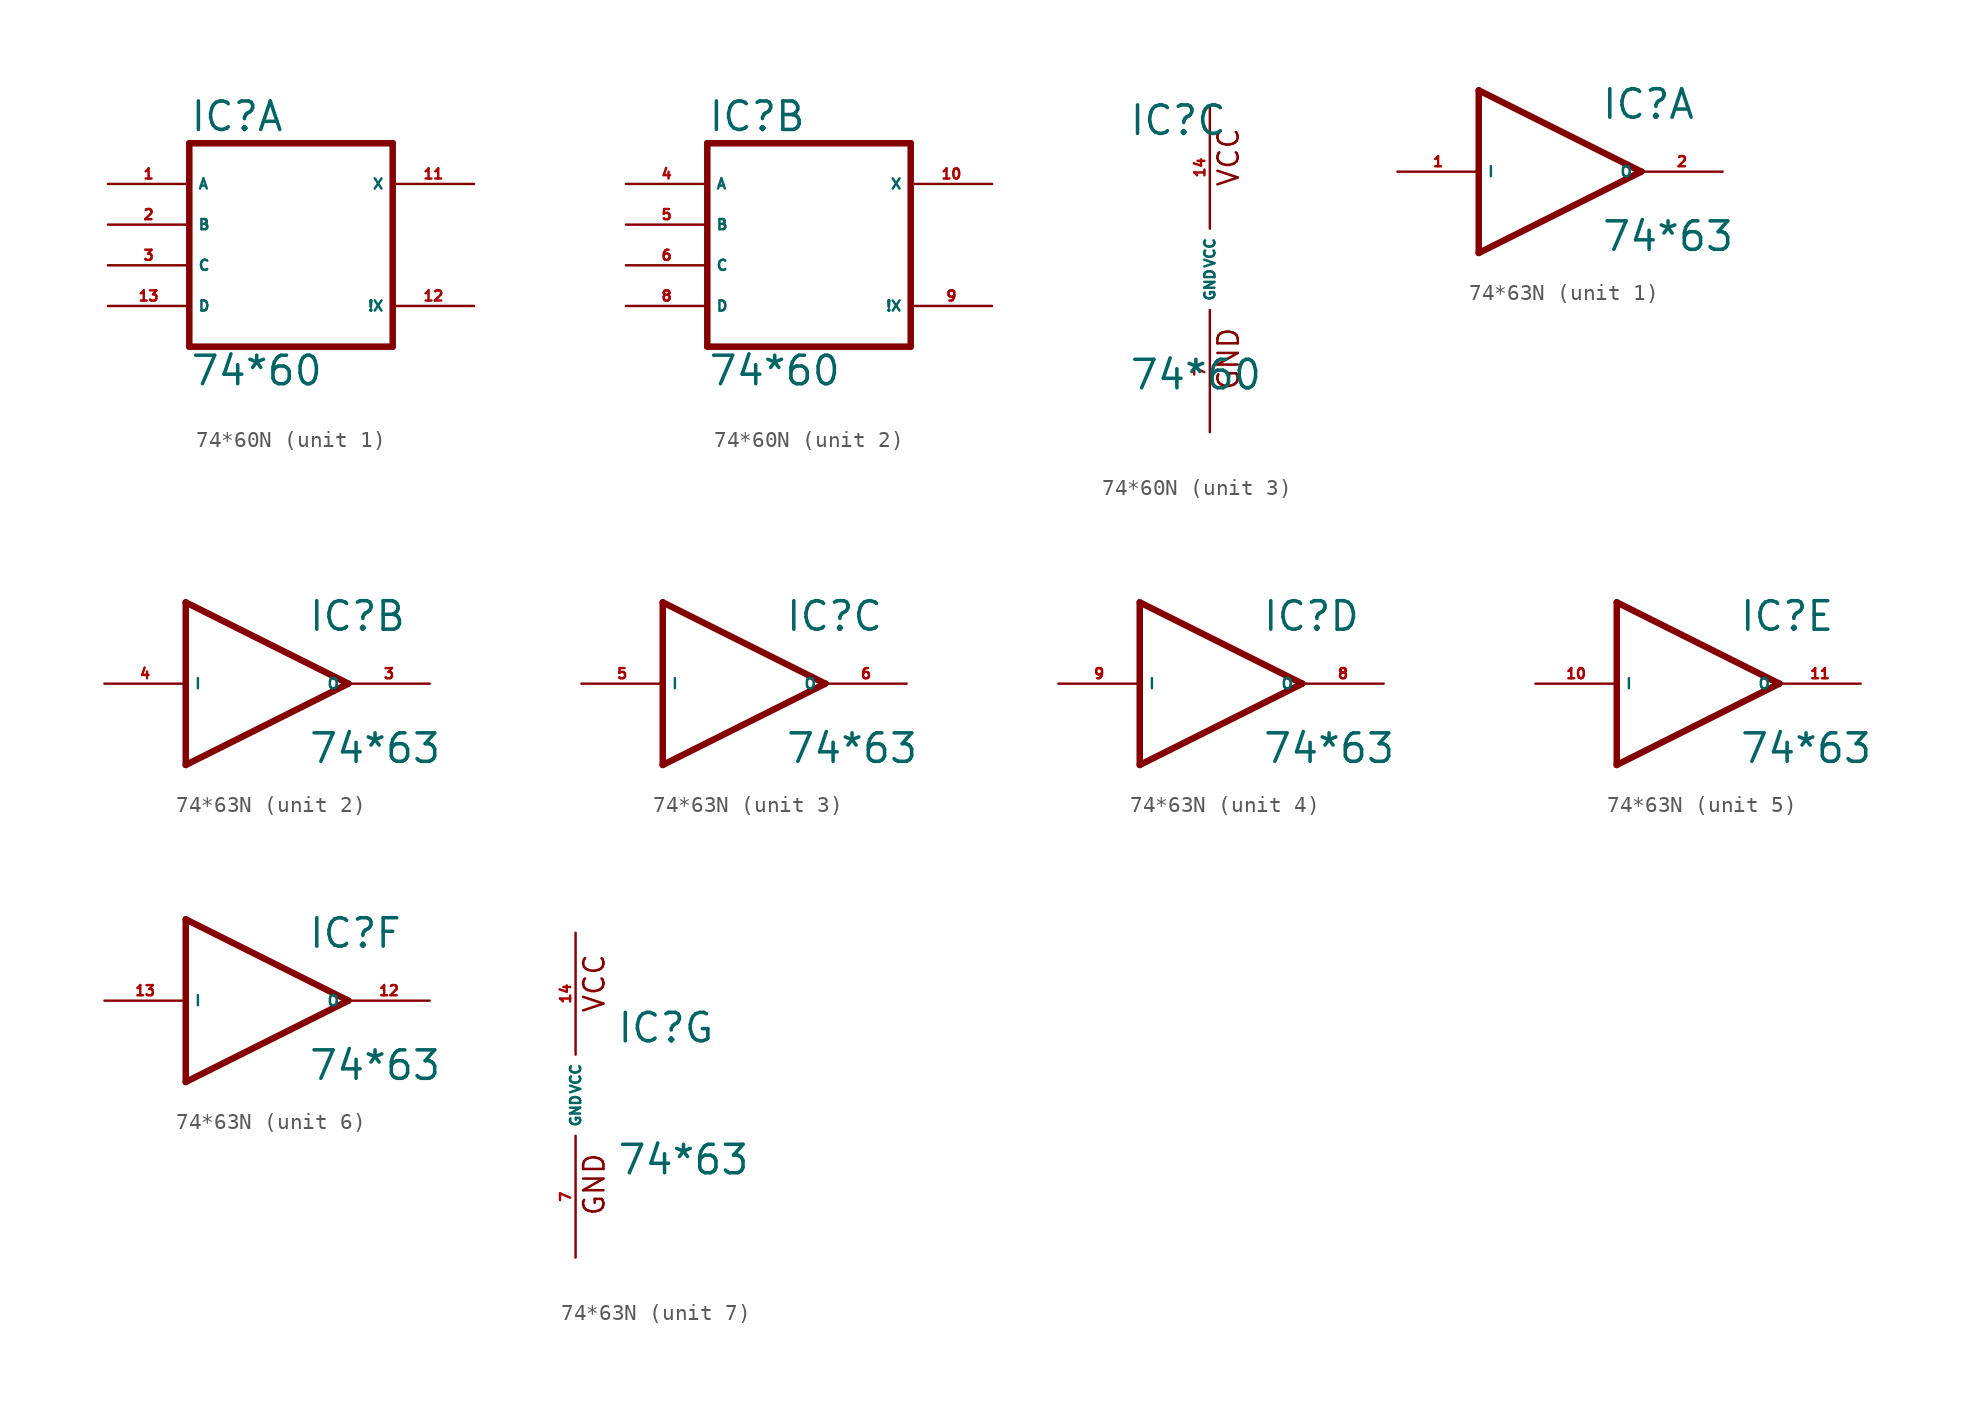
<source format=kicad_sym>
(kicad_symbol_lib
  (version 20220914)
  (generator Eagle2Kicad)
  (symbol "74*60N"
    (property "Reference" "IC"
      (at -5.08 8.255 0)
      (effects (font (size 1.778 1.778) (thickness 0.22)) (justify left bottom)))
    (property "Value" "74*60"
      (at -5.08 -7.62 0)
      (effects (font (size 1.778 1.778) (thickness 0.22)) (justify left bottom)))
    (symbol "74*60N_1_0"
      (polyline (pts (xy -5.08 -5.08) (xy 7.62 -5.08)) (stroke (width 0.406) (type default)) (fill (type none)))
      (polyline (pts (xy 7.62 -5.08) (xy 7.62 7.62)) (stroke (width 0.406) (type default)) (fill (type none)))
      (polyline (pts (xy 7.62 7.62) (xy -5.08 7.62)) (stroke (width 0.406) (type default)) (fill (type none)))
      (polyline (pts (xy -5.08 7.62) (xy -5.08 -5.08)) (stroke (width 0.406) (type default)) (fill (type none)))
      (pin input line (at -10.16 5.08 0) (length 5.08) (name "A" (effects (font (size 0.635 0.635) (thickness 0.08)) (justify left bottom))) (number "1" (effects (font (size 0.635 0.635) (thickness 0.08)) (justify left bottom))))
      (pin input line (at -10.16 2.54 0) (length 5.08) (name "B" (effects (font (size 0.635 0.635) (thickness 0.08)) (justify left bottom))) (number "2" (effects (font (size 0.635 0.635) (thickness 0.08)) (justify left bottom))))
      (pin input line (at -10.16 0 0) (length 5.08) (name "C" (effects (font (size 0.635 0.635) (thickness 0.08)) (justify left bottom))) (number "3" (effects (font (size 0.635 0.635) (thickness 0.08)) (justify left bottom))))
      (pin output line (at 12.7 5.08 180) (length 5.08) (name "X" (effects (font (size 0.635 0.635) (thickness 0.08)) (justify left bottom))) (number "11" (effects (font (size 0.635 0.635) (thickness 0.08)) (justify left bottom))))
      (pin output line (at 12.7 -2.54 180) (length 5.08) (name "!X" (effects (font (size 0.635 0.635) (thickness 0.08)) (justify left bottom))) (number "12" (effects (font (size 0.635 0.635) (thickness 0.08)) (justify left bottom))))
      (pin input line (at -10.16 -2.54 0) (length 5.08) (name "D" (effects (font (size 0.635 0.635) (thickness 0.08)) (justify left bottom))) (number "13" (effects (font (size 0.635 0.635) (thickness 0.08)) (justify left bottom)))))
    (symbol "74*60N_2_0"
      (polyline (pts (xy -5.08 -5.08) (xy 7.62 -5.08)) (stroke (width 0.406) (type default)) (fill (type none)))
      (polyline (pts (xy 7.62 -5.08) (xy 7.62 7.62)) (stroke (width 0.406) (type default)) (fill (type none)))
      (polyline (pts (xy 7.62 7.62) (xy -5.08 7.62)) (stroke (width 0.406) (type default)) (fill (type none)))
      (polyline (pts (xy -5.08 7.62) (xy -5.08 -5.08)) (stroke (width 0.406) (type default)) (fill (type none)))
      (pin input line (at -10.16 5.08 0) (length 5.08) (name "A" (effects (font (size 0.635 0.635) (thickness 0.08)) (justify left bottom))) (number "4" (effects (font (size 0.635 0.635) (thickness 0.08)) (justify left bottom))))
      (pin input line (at -10.16 2.54 0) (length 5.08) (name "B" (effects (font (size 0.635 0.635) (thickness 0.08)) (justify left bottom))) (number "5" (effects (font (size 0.635 0.635) (thickness 0.08)) (justify left bottom))))
      (pin input line (at -10.16 0 0) (length 5.08) (name "C" (effects (font (size 0.635 0.635) (thickness 0.08)) (justify left bottom))) (number "6" (effects (font (size 0.635 0.635) (thickness 0.08)) (justify left bottom))))
      (pin output line (at 12.7 5.08 180) (length 5.08) (name "X" (effects (font (size 0.635 0.635) (thickness 0.08)) (justify left bottom))) (number "10" (effects (font (size 0.635 0.635) (thickness 0.08)) (justify left bottom))))
      (pin output line (at 12.7 -2.54 180) (length 5.08) (name "!X" (effects (font (size 0.635 0.635) (thickness 0.08)) (justify left bottom))) (number "9" (effects (font (size 0.635 0.635) (thickness 0.08)) (justify left bottom))))
      (pin input line (at -10.16 -2.54 0) (length 5.08) (name "D" (effects (font (size 0.635 0.635) (thickness 0.08)) (justify left bottom))) (number "8" (effects (font (size 0.635 0.635) (thickness 0.08)) (justify left bottom)))))
    (symbol "74*60N_3_0"
      (text "GND" (at 1.905 -7.62 900) (effects (font (size 1.27 1.27) (thickness 0.16)) (justify left bottom)))
      (text "VCC" (at 1.905 5.08 900) (effects (font (size 1.27 1.27) (thickness 0.16)) (justify left bottom)))
      (pin unspecified line (at 0 -10.16 90) (length 7.62) (name "GND" (effects (font (size 0.635 0.635) (thickness 0.08)) (justify left bottom))) (number "7" (effects (font (size 0.635 0.635) (thickness 0.08)) (justify left bottom))))
      (pin unspecified line (at 0 10.16 270) (length 7.62) (name "VCC" (effects (font (size 0.635 0.635) (thickness 0.08)) (justify left bottom))) (number "14" (effects (font (size 0.635 0.635) (thickness 0.08)) (justify left bottom))))))
  (symbol "74*63N"
    (property "Reference" "IC"
      (at 2.54 3.175 0)
      (effects (font (size 1.778 1.778) (thickness 0.22)) (justify left bottom)))
    (property "Value" "74*63"
      (at 2.54 -5.08 0)
      (effects (font (size 1.778 1.778) (thickness 0.22)) (justify left bottom)))
    (symbol "74*63N_1_0"
      (polyline (pts (xy -5.08 5.08) (xy 5.08 0)) (stroke (width 0.406) (type default)) (fill (type none)))
      (polyline (pts (xy 5.08 0) (xy -5.08 -5.08)) (stroke (width 0.406) (type default)) (fill (type none)))
      (polyline (pts (xy -5.08 -5.08) (xy -5.08 5.08)) (stroke (width 0.406) (type default)) (fill (type none)))
      (pin input line (at -10.16 0 0) (length 5.08) (name "I" (effects (font (size 0.635 0.635) (thickness 0.08)) (justify left bottom))) (number "1" (effects (font (size 0.635 0.635) (thickness 0.08)) (justify left bottom))))
      (pin output line (at 10.16 0 180) (length 5.08) (name "O" (effects (font (size 0.635 0.635) (thickness 0.08)) (justify left bottom))) (number "2" (effects (font (size 0.635 0.635) (thickness 0.08)) (justify left bottom)))))
    (symbol "74*63N_2_0"
      (polyline (pts (xy -5.08 5.08) (xy 5.08 0)) (stroke (width 0.406) (type default)) (fill (type none)))
      (polyline (pts (xy 5.08 0) (xy -5.08 -5.08)) (stroke (width 0.406) (type default)) (fill (type none)))
      (polyline (pts (xy -5.08 -5.08) (xy -5.08 5.08)) (stroke (width 0.406) (type default)) (fill (type none)))
      (pin input line (at -10.16 0 0) (length 5.08) (name "I" (effects (font (size 0.635 0.635) (thickness 0.08)) (justify left bottom))) (number "4" (effects (font (size 0.635 0.635) (thickness 0.08)) (justify left bottom))))
      (pin output line (at 10.16 0 180) (length 5.08) (name "O" (effects (font (size 0.635 0.635) (thickness 0.08)) (justify left bottom))) (number "3" (effects (font (size 0.635 0.635) (thickness 0.08)) (justify left bottom)))))
    (symbol "74*63N_3_0"
      (polyline (pts (xy -5.08 5.08) (xy 5.08 0)) (stroke (width 0.406) (type default)) (fill (type none)))
      (polyline (pts (xy 5.08 0) (xy -5.08 -5.08)) (stroke (width 0.406) (type default)) (fill (type none)))
      (polyline (pts (xy -5.08 -5.08) (xy -5.08 5.08)) (stroke (width 0.406) (type default)) (fill (type none)))
      (pin input line (at -10.16 0 0) (length 5.08) (name "I" (effects (font (size 0.635 0.635) (thickness 0.08)) (justify left bottom))) (number "5" (effects (font (size 0.635 0.635) (thickness 0.08)) (justify left bottom))))
      (pin output line (at 10.16 0 180) (length 5.08) (name "O" (effects (font (size 0.635 0.635) (thickness 0.08)) (justify left bottom))) (number "6" (effects (font (size 0.635 0.635) (thickness 0.08)) (justify left bottom)))))
    (symbol "74*63N_4_0"
      (polyline (pts (xy -5.08 5.08) (xy 5.08 0)) (stroke (width 0.406) (type default)) (fill (type none)))
      (polyline (pts (xy 5.08 0) (xy -5.08 -5.08)) (stroke (width 0.406) (type default)) (fill (type none)))
      (polyline (pts (xy -5.08 -5.08) (xy -5.08 5.08)) (stroke (width 0.406) (type default)) (fill (type none)))
      (pin input line (at -10.16 0 0) (length 5.08) (name "I" (effects (font (size 0.635 0.635) (thickness 0.08)) (justify left bottom))) (number "9" (effects (font (size 0.635 0.635) (thickness 0.08)) (justify left bottom))))
      (pin output line (at 10.16 0 180) (length 5.08) (name "O" (effects (font (size 0.635 0.635) (thickness 0.08)) (justify left bottom))) (number "8" (effects (font (size 0.635 0.635) (thickness 0.08)) (justify left bottom)))))
    (symbol "74*63N_5_0"
      (polyline (pts (xy -5.08 5.08) (xy 5.08 0)) (stroke (width 0.406) (type default)) (fill (type none)))
      (polyline (pts (xy 5.08 0) (xy -5.08 -5.08)) (stroke (width 0.406) (type default)) (fill (type none)))
      (polyline (pts (xy -5.08 -5.08) (xy -5.08 5.08)) (stroke (width 0.406) (type default)) (fill (type none)))
      (pin input line (at -10.16 0 0) (length 5.08) (name "I" (effects (font (size 0.635 0.635) (thickness 0.08)) (justify left bottom))) (number "10" (effects (font (size 0.635 0.635) (thickness 0.08)) (justify left bottom))))
      (pin output line (at 10.16 0 180) (length 5.08) (name "O" (effects (font (size 0.635 0.635) (thickness 0.08)) (justify left bottom))) (number "11" (effects (font (size 0.635 0.635) (thickness 0.08)) (justify left bottom)))))
    (symbol "74*63N_6_0"
      (polyline (pts (xy -5.08 5.08) (xy 5.08 0)) (stroke (width 0.406) (type default)) (fill (type none)))
      (polyline (pts (xy 5.08 0) (xy -5.08 -5.08)) (stroke (width 0.406) (type default)) (fill (type none)))
      (polyline (pts (xy -5.08 -5.08) (xy -5.08 5.08)) (stroke (width 0.406) (type default)) (fill (type none)))
      (pin input line (at -10.16 0 0) (length 5.08) (name "I" (effects (font (size 0.635 0.635) (thickness 0.08)) (justify left bottom))) (number "13" (effects (font (size 0.635 0.635) (thickness 0.08)) (justify left bottom))))
      (pin output line (at 10.16 0 180) (length 5.08) (name "O" (effects (font (size 0.635 0.635) (thickness 0.08)) (justify left bottom))) (number "12" (effects (font (size 0.635 0.635) (thickness 0.08)) (justify left bottom)))))
    (symbol "74*63N_7_0"
      (text "GND" (at 1.905 -7.62 900) (effects (font (size 1.27 1.27) (thickness 0.16)) (justify left bottom)))
      (text "VCC" (at 1.905 5.08 900) (effects (font (size 1.27 1.27) (thickness 0.16)) (justify left bottom)))
      (pin unspecified line (at 0 -10.16 90) (length 7.62) (name "GND" (effects (font (size 0.635 0.635) (thickness 0.08)) (justify left bottom))) (number "7" (effects (font (size 0.635 0.635) (thickness 0.08)) (justify left bottom))))
      (pin unspecified line (at 0 10.16 270) (length 7.62) (name "VCC" (effects (font (size 0.635 0.635) (thickness 0.08)) (justify left bottom))) (number "14" (effects (font (size 0.635 0.635) (thickness 0.08)) (justify left bottom)))))))
</source>
